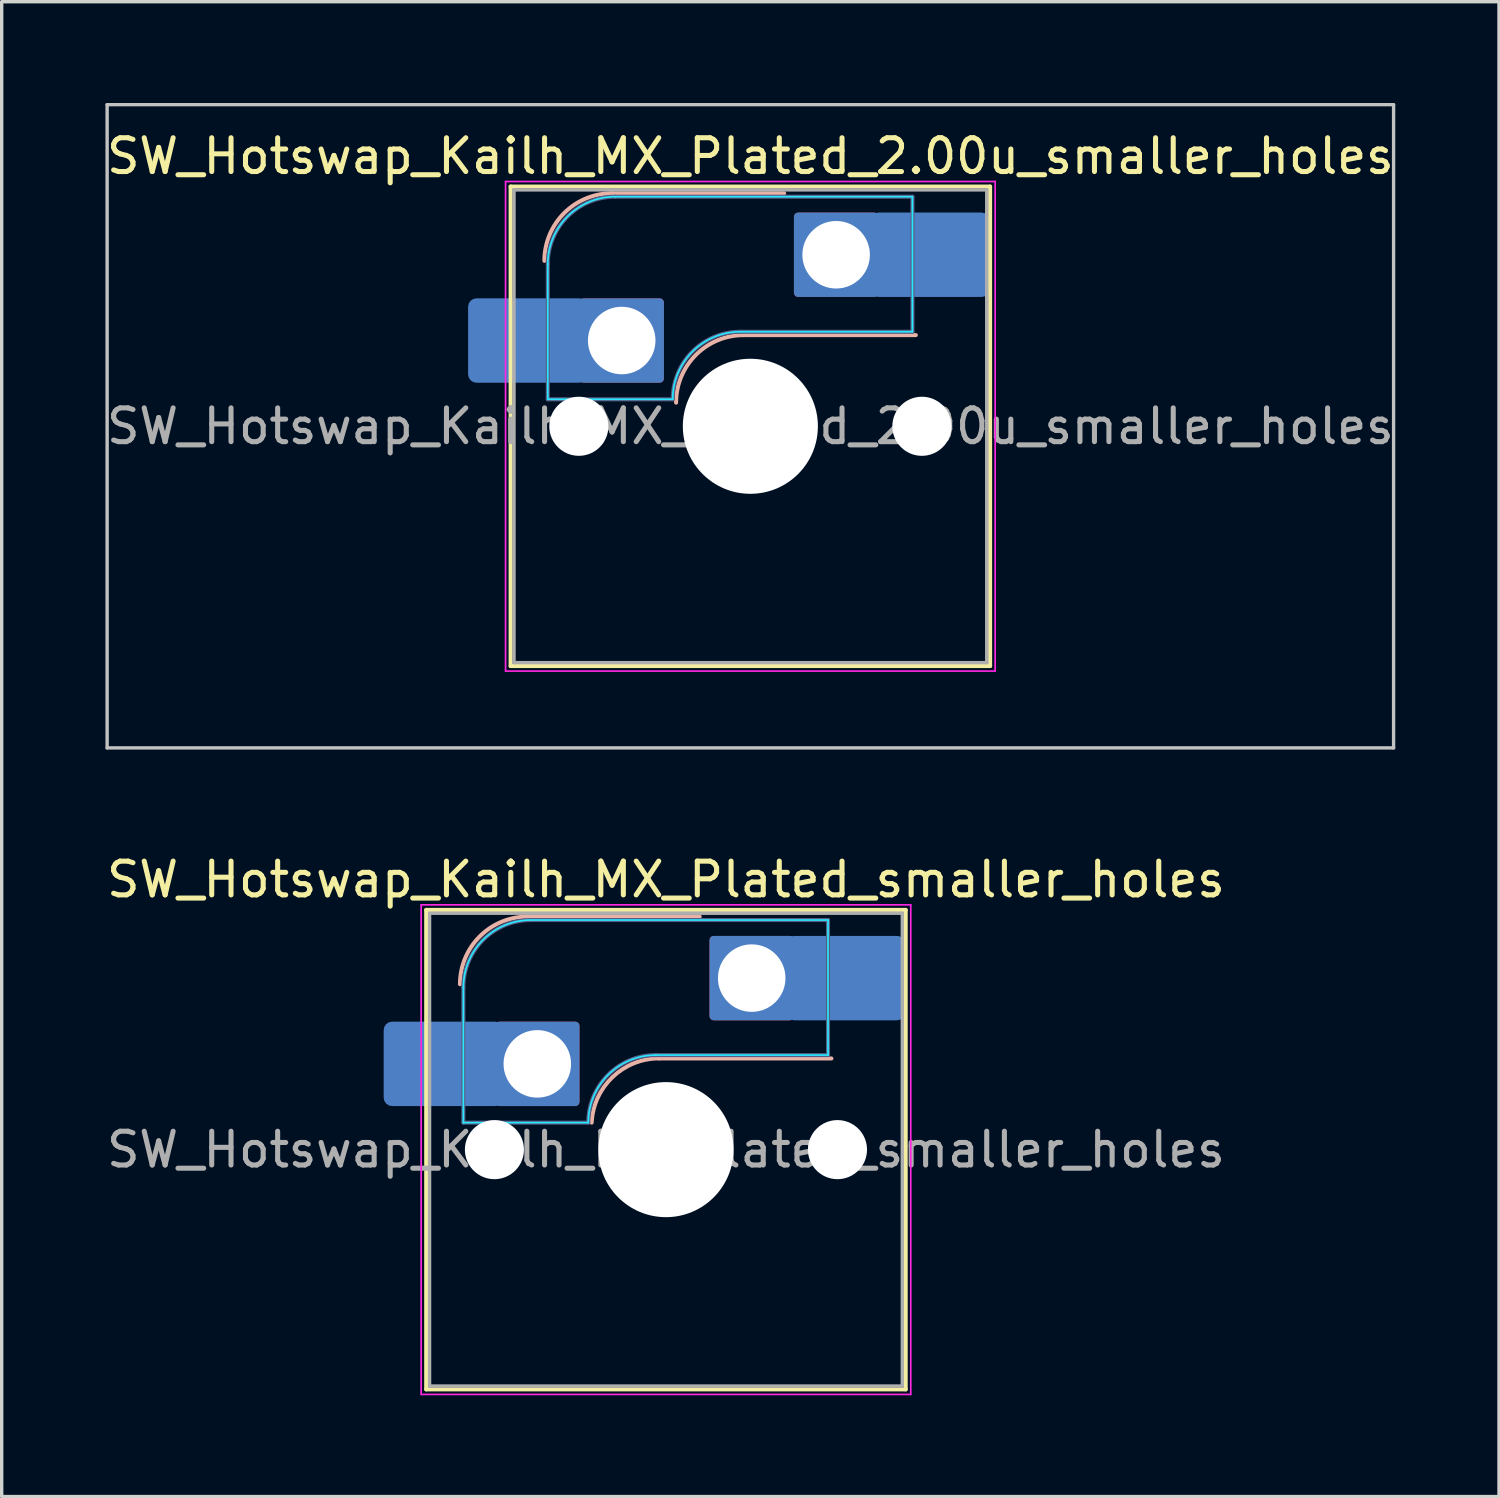
<source format=kicad_pcb>
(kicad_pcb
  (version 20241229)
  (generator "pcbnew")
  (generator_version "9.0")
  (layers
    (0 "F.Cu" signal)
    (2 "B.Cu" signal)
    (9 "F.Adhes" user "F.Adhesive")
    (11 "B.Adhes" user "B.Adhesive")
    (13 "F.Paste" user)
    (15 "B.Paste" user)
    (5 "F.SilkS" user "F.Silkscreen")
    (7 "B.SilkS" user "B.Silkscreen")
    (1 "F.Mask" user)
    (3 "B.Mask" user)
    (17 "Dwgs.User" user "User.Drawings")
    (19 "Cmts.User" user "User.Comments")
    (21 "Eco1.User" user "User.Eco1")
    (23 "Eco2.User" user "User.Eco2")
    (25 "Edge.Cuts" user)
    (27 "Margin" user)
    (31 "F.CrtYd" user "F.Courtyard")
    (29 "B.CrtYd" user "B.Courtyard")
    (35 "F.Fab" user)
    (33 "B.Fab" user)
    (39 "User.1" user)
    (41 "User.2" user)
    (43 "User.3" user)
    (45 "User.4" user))
  (footprint "SW_Hotswap_Kailh_MX_Plated_2.00u_smaller_holes"
    (layer "F.Cu")
    (at 19.173 9.575)
    (property "Reference" "SW_Hotswap_Kailh_MX_Plated_2.00u_smaller_holes" (at 0 -8 0) (unlocked yes) (layer "F.SilkS") (effects (font (size 1 1) (thickness 0.15))))
    (attr smd dnp)
    (fp_line (start -7.1 -7.1) (end -7.1 7.1) (stroke (width 0.12) (type solid)) (layer "F.SilkS"))
    (fp_line (start -7.1 7.1) (end 7.1 7.1) (stroke (width 0.12) (type solid)) (layer "F.SilkS"))
    (fp_line (start 7.1 -7.1) (end -7.1 -7.1) (stroke (width 0.12) (type solid)) (layer "F.SilkS"))
    (fp_line (start 7.1 7.1) (end 7.1 -7.1) (stroke (width 0.12) (type solid)) (layer "F.SilkS"))
    (fp_line (start -4.1 -6.9) (end 1 -6.9) (stroke (width 0.12) (type solid)) (layer "B.SilkS"))
    (fp_line (start -0.2 -2.7) (end 4.9 -2.7) (stroke (width 0.12) (type solid)) (layer "B.SilkS"))
    (fp_arc (start -6.1 -4.9) (mid -5.514214 -6.314214) (end -4.1 -6.9) (stroke (width 0.12) (type solid)) (layer "B.SilkS"))
    (fp_arc (start -2.2 -0.7) (mid -1.614214 -2.114214) (end -0.2 -2.7) (stroke (width 0.12) (type solid)) (layer "B.SilkS"))
    (fp_line (start -19.05 -9.525) (end -19.05 9.525) (stroke (width 0.1) (type solid)) (layer "Dwgs.User"))
    (fp_line (start -19.05 9.525) (end 19.05 9.525) (stroke (width 0.1) (type solid)) (layer "Dwgs.User"))
    (fp_line (start 19.05 -9.525) (end -19.05 -9.525) (stroke (width 0.1) (type solid)) (layer "Dwgs.User"))
    (fp_line (start 19.05 9.525) (end 19.05 -9.525) (stroke (width 0.1) (type solid)) (layer "Dwgs.User"))
    (fp_line (start -7.8 -6) (end -7 -6) (stroke (width 0.1) (type solid)) (layer "Eco1.User"))
    (fp_line (start -7.8 -2.9) (end -7.8 -6) (stroke (width 0.1) (type solid)) (layer "Eco1.User"))
    (fp_line (start -7.8 2.9) (end -7 2.9) (stroke (width 0.1) (type solid)) (layer "Eco1.User"))
    (fp_line (start -7.8 6) (end -7.8 2.9) (stroke (width 0.1) (type solid)) (layer "Eco1.User"))
    (fp_line (start -7 -7) (end 7 -7) (stroke (width 0.1) (type solid)) (layer "Eco1.User"))
    (fp_line (start -7 -6) (end -7 -7) (stroke (width 0.1) (type solid)) (layer "Eco1.User"))
    (fp_line (start -7 -2.9) (end -7.8 -2.9) (stroke (width 0.1) (type solid)) (layer "Eco1.User"))
    (fp_line (start -7 2.9) (end -7 -2.9) (stroke (width 0.1) (type solid)) (layer "Eco1.User"))
    (fp_line (start -7 6) (end -7.8 6) (stroke (width 0.1) (type solid)) (layer "Eco1.User"))
    (fp_line (start -7 7) (end -7 6) (stroke (width 0.1) (type solid)) (layer "Eco1.User"))
    (fp_line (start 7 -7) (end 7 -6) (stroke (width 0.1) (type solid)) (layer "Eco1.User"))
    (fp_line (start 7 -6) (end 7.8 -6) (stroke (width 0.1) (type solid)) (layer "Eco1.User"))
    (fp_line (start 7 -2.9) (end 7 2.9) (stroke (width 0.1) (type solid)) (layer "Eco1.User"))
    (fp_line (start 7 2.9) (end 7.8 2.9) (stroke (width 0.1) (type solid)) (layer "Eco1.User"))
    (fp_line (start 7 6) (end 7 7) (stroke (width 0.1) (type solid)) (layer "Eco1.User"))
    (fp_line (start 7 7) (end -7 7) (stroke (width 0.1) (type solid)) (layer "Eco1.User"))
    (fp_line (start 7.8 -6) (end 7.8 -2.9) (stroke (width 0.1) (type solid)) (layer "Eco1.User"))
    (fp_line (start 7.8 -2.9) (end 7 -2.9) (stroke (width 0.1) (type solid)) (layer "Eco1.User"))
    (fp_line (start 7.8 2.9) (end 7.8 6) (stroke (width 0.1) (type solid)) (layer "Eco1.User"))
    (fp_line (start 7.8 6) (end 7 6) (stroke (width 0.1) (type solid)) (layer "Eco1.User"))
    (fp_line (start -6 -0.8) (end -6 -4.8) (stroke (width 0.05) (type solid)) (layer "B.CrtYd"))
    (fp_line (start -6 -0.8) (end -2.3 -0.8) (stroke (width 0.05) (type solid)) (layer "B.CrtYd"))
    (fp_line (start -4 -6.8) (end 4.8 -6.8) (stroke (width 0.05) (type solid)) (layer "B.CrtYd"))
    (fp_line (start -0.3 -2.8) (end 4.8 -2.8) (stroke (width 0.05) (type solid)) (layer "B.CrtYd"))
    (fp_line (start 4.8 -6.8) (end 4.8 -2.8) (stroke (width 0.05) (type solid)) (layer "B.CrtYd"))
    (fp_arc (start -6 -4.8) (mid -5.414214 -6.214214) (end -4 -6.8) (stroke (width 0.05) (type solid)) (layer "B.CrtYd"))
    (fp_arc (start -2.3 -0.8) (mid -1.714214 -2.214214) (end -0.3 -2.8) (stroke (width 0.05) (type solid)) (layer "B.CrtYd"))
    (fp_line (start -7.25 -7.25) (end -7.25 7.25) (stroke (width 0.05) (type solid)) (layer "F.CrtYd"))
    (fp_line (start -7.25 7.25) (end 7.25 7.25) (stroke (width 0.05) (type solid)) (layer "F.CrtYd"))
    (fp_line (start 7.25 -7.25) (end -7.25 -7.25) (stroke (width 0.05) (type solid)) (layer "F.CrtYd"))
    (fp_line (start 7.25 7.25) (end 7.25 -7.25) (stroke (width 0.05) (type solid)) (layer "F.CrtYd"))
    (fp_line (start -6 -0.8) (end -6 -4.8) (stroke (width 0.12) (type solid)) (layer "B.Fab"))
    (fp_line (start -6 -0.8) (end -2.3 -0.8) (stroke (width 0.12) (type solid)) (layer "B.Fab"))
    (fp_line (start -4 -6.8) (end 4.8 -6.8) (stroke (width 0.12) (type solid)) (layer "B.Fab"))
    (fp_line (start -0.3 -2.8) (end 4.8 -2.8) (stroke (width 0.12) (type solid)) (layer "B.Fab"))
    (fp_line (start 4.8 -6.8) (end 4.8 -2.8) (stroke (width 0.12) (type solid)) (layer "B.Fab"))
    (fp_arc (start -6 -4.8) (mid -5.414214 -6.214214) (end -4 -6.8) (stroke (width 0.12) (type solid)) (layer "B.Fab"))
    (fp_arc (start -2.3 -0.8) (mid -1.714214 -2.214214) (end -0.3 -2.8) (stroke (width 0.12) (type solid)) (layer "B.Fab"))
    (fp_line (start -7 -7) (end -7 7) (stroke (width 0.1) (type solid)) (layer "F.Fab"))
    (fp_line (start -7 7) (end 7 7) (stroke (width 0.1) (type solid)) (layer "F.Fab"))
    (fp_line (start 7 -7) (end -7 -7) (stroke (width 0.1) (type solid)) (layer "F.Fab"))
    (fp_line (start 7 7) (end 7 -7) (stroke (width 0.1) (type solid)) (layer "F.Fab"))
    (fp_text user "${REFERENCE}" (at 0 0 0) (unlocked yes) (layer "F.Fab") (effects (font (size 1 1) (thickness 0.15))))
    (pad "" smd roundrect (at -7.085 -2.54) (size 2.55 2.5) (layers "B.Mask" "B.Paste") (roundrect_rratio 0.1))
    (pad "" np_thru_hole circle (at -5.08 0) (size 1.75 1.75) (drill 1.75) (layers "*.Cu" "*.Mask"))
    (pad "" np_thru_hole circle (at 0 0) (size 4 4) (drill 4) (layers "*.Cu" "*.Mask"))
    (pad "" np_thru_hole circle (at 5.08 0) (size 1.75 1.75) (drill 1.75) (layers "*.Cu" "*.Mask"))
    (pad "" smd roundrect (at 5.842 -5.08) (size 2.55 2.5) (layers "B.Mask" "B.Paste") (roundrect_rratio 0.1))
    (pad "1" smd roundrect (at -6.585 -2.54) (size 3.55 2.5) (layers "B.Cu") (roundrect_rratio 0.1))
    (pad "1" thru_hole roundrect (at -3.81 -2.54) (size 2.5 2.5) (drill 2) (layers "*.Cu" "B.Mask") (roundrect_rratio 0.05))
    (pad "2" thru_hole roundrect (at 2.54 -5.08) (size 2.5 2.5) (drill 2) (layers "*.Cu" "*.Mask") (roundrect_rratio 0.05))
    (pad "2" smd roundrect (at 5.32 -5.08) (size 3.55 2.5) (layers "B.Cu") (roundrect_rratio 0.1)))
  (footprint "SW_Hotswap_Kailh_MX_Plated_smaller_holes"
    (layer "F.Cu")
    (at 16.673 30.998)
    (property "Reference" "SW_Hotswap_Kailh_MX_Plated_smaller_holes" (at 0 -8 0) (layer "F.SilkS") (effects (font (size 1 1) (thickness 0.15))))
    (attr smd)
    (fp_line (start -7.1 -7.1) (end -7.1 7.1) (stroke (width 0.12) (type solid)) (layer "F.SilkS"))
    (fp_line (start -7.1 7.1) (end 7.1 7.1) (stroke (width 0.12) (type solid)) (layer "F.SilkS"))
    (fp_line (start 7.1 -7.1) (end -7.1 -7.1) (stroke (width 0.12) (type solid)) (layer "F.SilkS"))
    (fp_line (start 7.1 7.1) (end 7.1 -7.1) (stroke (width 0.12) (type solid)) (layer "F.SilkS"))
    (fp_line (start -4.1 -6.9) (end 1 -6.9) (stroke (width 0.12) (type solid)) (layer "B.SilkS"))
    (fp_line (start -0.2 -2.7) (end 4.9 -2.7) (stroke (width 0.12) (type solid)) (layer "B.SilkS"))
    (fp_arc (start -6.1 -4.9) (mid -5.514214 -6.314214) (end -4.1 -6.9) (stroke (width 0.12) (type solid)) (layer "B.SilkS"))
    (fp_arc (start -2.2 -0.8) (mid -1.580172 -2.150905) (end -0.2 -2.702498) (stroke (width 0.12) (type solid)) (layer "B.SilkS"))
    (fp_line (start -7.8 -6) (end -7 -6) (stroke (width 0.1) (type solid)) (layer "Eco1.User"))
    (fp_line (start -7.8 -2.9) (end -7.8 -6) (stroke (width 0.1) (type solid)) (layer "Eco1.User"))
    (fp_line (start -7.8 2.9) (end -7 2.9) (stroke (width 0.1) (type solid)) (layer "Eco1.User"))
    (fp_line (start -7.8 6) (end -7.8 2.9) (stroke (width 0.1) (type solid)) (layer "Eco1.User"))
    (fp_line (start -7 -7) (end 7 -7) (stroke (width 0.1) (type solid)) (layer "Eco1.User"))
    (fp_line (start -7 -6) (end -7 -7) (stroke (width 0.1) (type solid)) (layer "Eco1.User"))
    (fp_line (start -7 -2.9) (end -7.8 -2.9) (stroke (width 0.1) (type solid)) (layer "Eco1.User"))
    (fp_line (start -7 2.9) (end -7 -2.9) (stroke (width 0.1) (type solid)) (layer "Eco1.User"))
    (fp_line (start -7 6) (end -7.8 6) (stroke (width 0.1) (type solid)) (layer "Eco1.User"))
    (fp_line (start -7 7) (end -7 6) (stroke (width 0.1) (type solid)) (layer "Eco1.User"))
    (fp_line (start 7 -7) (end 7 -6) (stroke (width 0.1) (type solid)) (layer "Eco1.User"))
    (fp_line (start 7 -6) (end 7.8 -6) (stroke (width 0.1) (type solid)) (layer "Eco1.User"))
    (fp_line (start 7 -2.9) (end 7 2.9) (stroke (width 0.1) (type solid)) (layer "Eco1.User"))
    (fp_line (start 7 2.9) (end 7.8 2.9) (stroke (width 0.1) (type solid)) (layer "Eco1.User"))
    (fp_line (start 7 6) (end 7 7) (stroke (width 0.1) (type solid)) (layer "Eco1.User"))
    (fp_line (start 7 7) (end -7 7) (stroke (width 0.1) (type solid)) (layer "Eco1.User"))
    (fp_line (start 7.8 -6) (end 7.8 -2.9) (stroke (width 0.1) (type solid)) (layer "Eco1.User"))
    (fp_line (start 7.8 -2.9) (end 7 -2.9) (stroke (width 0.1) (type solid)) (layer "Eco1.User"))
    (fp_line (start 7.8 2.9) (end 7.8 6) (stroke (width 0.1) (type solid)) (layer "Eco1.User"))
    (fp_line (start 7.8 6) (end 7 6) (stroke (width 0.1) (type solid)) (layer "Eco1.User"))
    (fp_line (start -6 -0.8) (end -6 -4.8) (stroke (width 0.05) (type solid)) (layer "B.CrtYd"))
    (fp_line (start -6 -0.8) (end -2.3 -0.8) (stroke (width 0.05) (type solid)) (layer "B.CrtYd"))
    (fp_line (start -4 -6.8) (end 4.8 -6.8) (stroke (width 0.05) (type solid)) (layer "B.CrtYd"))
    (fp_line (start -0.3 -2.8) (end 4.8 -2.8) (stroke (width 0.05) (type solid)) (layer "B.CrtYd"))
    (fp_line (start 4.8 -6.8) (end 4.8 -2.8) (stroke (width 0.05) (type solid)) (layer "B.CrtYd"))
    (fp_arc (start -6 -4.8) (mid -5.414214 -6.214214) (end -4 -6.8) (stroke (width 0.05) (type solid)) (layer "B.CrtYd"))
    (fp_arc (start -2.3 -0.8) (mid -1.714214 -2.214214) (end -0.3 -2.8) (stroke (width 0.05) (type solid)) (layer "B.CrtYd"))
    (fp_line (start -7.25 -7.25) (end -7.25 7.25) (stroke (width 0.05) (type solid)) (layer "F.CrtYd"))
    (fp_line (start -7.25 7.25) (end 7.25 7.25) (stroke (width 0.05) (type solid)) (layer "F.CrtYd"))
    (fp_line (start 7.25 -7.25) (end -7.25 -7.25) (stroke (width 0.05) (type solid)) (layer "F.CrtYd"))
    (fp_line (start 7.25 7.25) (end 7.25 -7.25) (stroke (width 0.05) (type solid)) (layer "F.CrtYd"))
    (fp_line (start -6 -0.8) (end -6 -4.8) (stroke (width 0.12) (type solid)) (layer "B.Fab"))
    (fp_line (start -6 -0.8) (end -2.3 -0.8) (stroke (width 0.12) (type solid)) (layer "B.Fab"))
    (fp_line (start -4 -6.8) (end 4.8 -6.8) (stroke (width 0.12) (type solid)) (layer "B.Fab"))
    (fp_line (start -0.3 -2.8) (end 4.8 -2.8) (stroke (width 0.12) (type solid)) (layer "B.Fab"))
    (fp_line (start 4.8 -6.8) (end 4.8 -2.8) (stroke (width 0.12) (type solid)) (layer "B.Fab"))
    (fp_arc (start -6 -4.8) (mid -5.414214 -6.214214) (end -4 -6.8) (stroke (width 0.12) (type solid)) (layer "B.Fab"))
    (fp_arc (start -2.3 -0.8) (mid -1.714214 -2.214214) (end -0.3 -2.8) (stroke (width 0.12) (type solid)) (layer "B.Fab"))
    (fp_line (start -7 -7) (end -7 7) (stroke (width 0.1) (type solid)) (layer "F.Fab"))
    (fp_line (start -7 7) (end 7 7) (stroke (width 0.1) (type solid)) (layer "F.Fab"))
    (fp_line (start 7 -7) (end -7 -7) (stroke (width 0.1) (type solid)) (layer "F.Fab"))
    (fp_line (start 7 7) (end 7 -7) (stroke (width 0.1) (type solid)) (layer "F.Fab"))
    (fp_text user "${REFERENCE}" (at 0 0 0) (layer "F.Fab") (effects (font (size 1 1) (thickness 0.15))))
    (pad "" smd roundrect (at -7.085 -2.54) (size 2.55 2.5) (layers "B.Mask" "B.Paste") (roundrect_rratio 0.1))
    (pad "" np_thru_hole circle (at -5.08 0) (size 1.75 1.75) (drill 1.75) (layers "*.Cu" "*.Mask"))
    (pad "" np_thru_hole circle (at 0 0) (size 4 4) (drill 4) (layers "*.Cu" "*.Mask"))
    (pad "" np_thru_hole circle (at 5.08 0) (size 1.75 1.75) (drill 1.75) (layers "*.Cu" "*.Mask"))
    (pad "" smd roundrect (at 5.842 -5.08) (size 2.55 2.5) (layers "B.Mask" "B.Paste") (roundrect_rratio 0.1))
    (pad "1" smd roundrect (at -6.585 -2.54) (size 3.55 2.5) (layers "B.Cu") (roundrect_rratio 0.1))
    (pad "1" thru_hole roundrect (at -3.81 -2.54) (size 2.5 2.5) (drill 2) (layers "*.Cu" "*.Mask") (roundrect_rratio 0.05))
    (pad "2" thru_hole roundrect (at 2.54 -5.08) (size 2.5 2.5) (drill 2) (layers "*.Cu" "*.Mask") (roundrect_rratio 0.05))
    (pad "2" smd roundrect (at 5.32 -5.08) (size 3.55 2.5) (layers "B.Cu") (roundrect_rratio 0.1)))
  (gr_rect
    (start -3 -3)
    (end 41.345 41.273)
    (stroke (width 0.1) (type default))
    (fill no)
    (layer "Edge.Cuts")))
</source>
